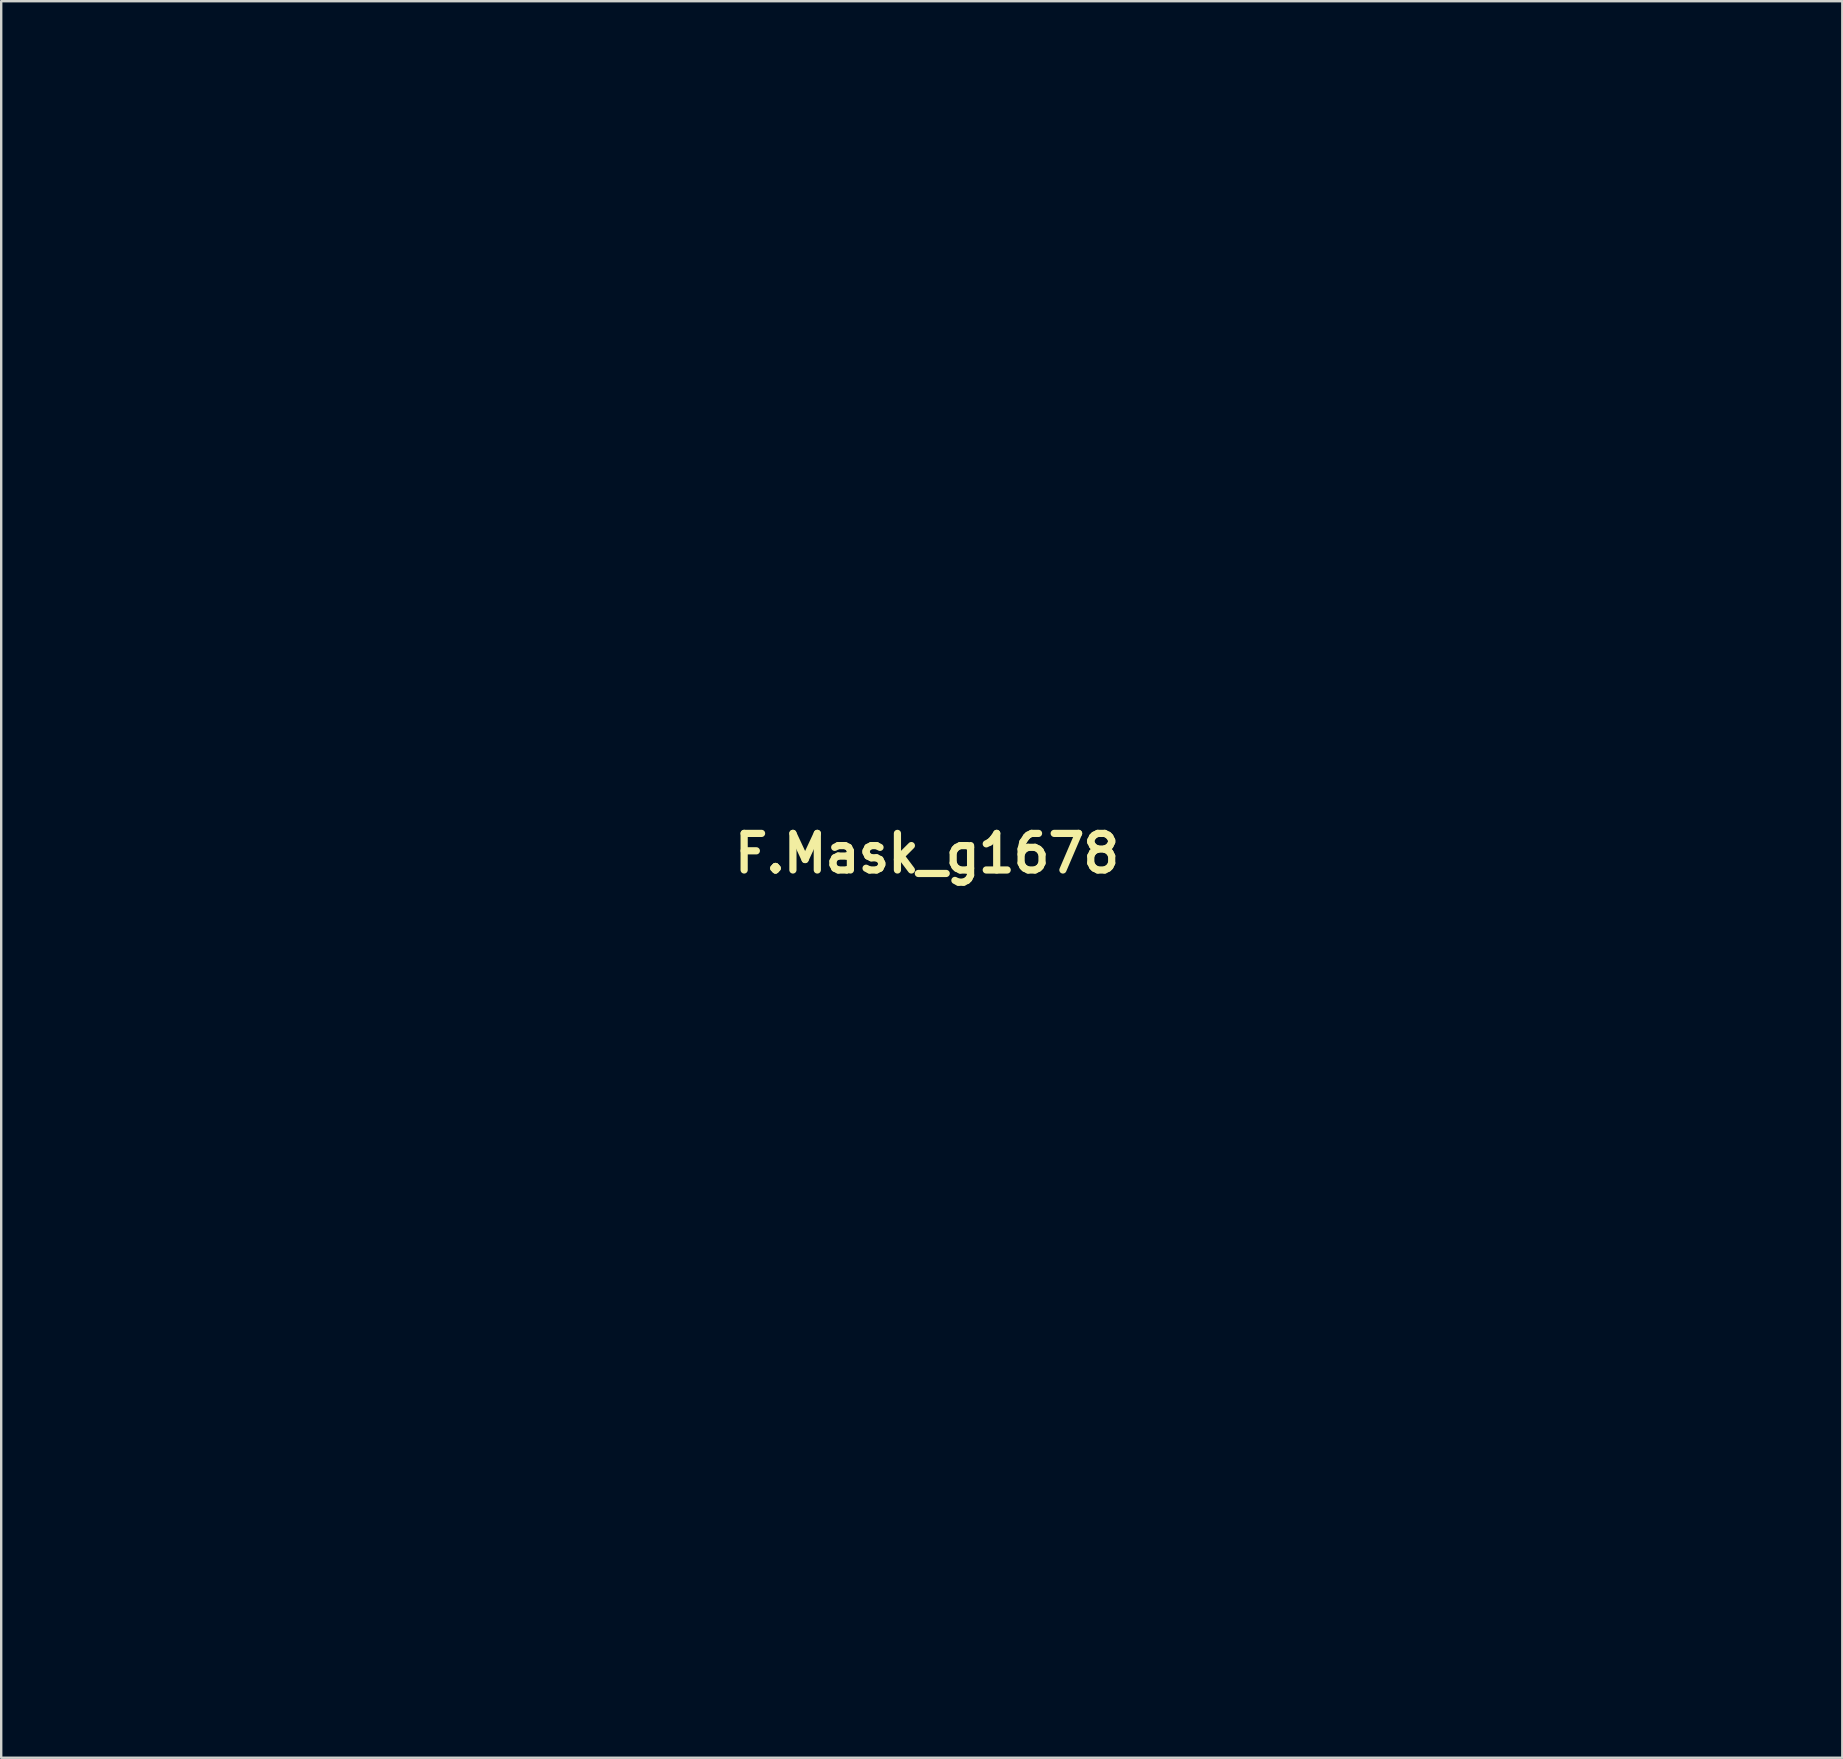
<source format=kicad_pcb>
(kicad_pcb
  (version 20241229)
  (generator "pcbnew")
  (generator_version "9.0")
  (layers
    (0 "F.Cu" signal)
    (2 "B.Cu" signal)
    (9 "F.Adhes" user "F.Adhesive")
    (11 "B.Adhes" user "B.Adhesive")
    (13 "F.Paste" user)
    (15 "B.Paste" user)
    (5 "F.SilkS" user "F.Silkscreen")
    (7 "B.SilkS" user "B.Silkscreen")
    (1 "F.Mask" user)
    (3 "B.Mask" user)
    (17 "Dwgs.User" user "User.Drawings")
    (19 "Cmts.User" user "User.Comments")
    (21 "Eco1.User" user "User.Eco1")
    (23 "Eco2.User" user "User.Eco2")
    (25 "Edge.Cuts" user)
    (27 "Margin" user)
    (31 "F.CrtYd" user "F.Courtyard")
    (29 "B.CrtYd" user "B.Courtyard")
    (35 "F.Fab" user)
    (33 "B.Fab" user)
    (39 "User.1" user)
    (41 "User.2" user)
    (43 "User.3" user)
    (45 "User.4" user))
  (footprint "F.Mask_g1678"
    (layer "F.Cu")
    (at 35.573 32.506)
    (property "Reference" "F.Mask_g1678" (at 0 0 0) (layer "F.SilkS") (effects (font (size 1.524 1.524) (thickness 0.3))))
    (attr through_hole)
    (fp_poly (pts (xy -35.05 -8.573) (xy -35.02 -8.515) (xy -34.994 -8.424) (xy -34.97 -8.305) (xy -34.949 -8.162) (xy -34.931 -7.999) (xy -34.917 -7.823) (xy -34.906 -7.636) (xy -34.9 -7.444) (xy -34.897 -7.252) (xy -34.899 -7.064) (xy -34.906 -6.884) (xy -34.918 -6.718) (xy -34.935 -6.57) (xy -34.957 -6.444) (xy -34.965 -6.409) (xy -35.045 -6.186) (xy -35.164 -5.972) (xy -35.32 -5.773) (xy -35.38 -5.71) (xy -35.455 -5.639) (xy -35.509 -5.6) (xy -35.545 -5.589) (xy -35.568 -5.606) (xy -35.567 -5.632) (xy -35.555 -5.689) (xy -35.535 -5.768) (xy -35.518 -5.828) (xy -35.47 -6.009) (xy -35.426 -6.227) (xy -35.384 -6.483) (xy -35.344 -6.778) (xy -35.306 -7.114) (xy -35.297 -7.207) (xy -35.269 -7.487) (xy -35.245 -7.728) (xy -35.223 -7.932) (xy -35.204 -8.103) (xy -35.186 -8.243) (xy -35.17 -8.354) (xy -35.155 -8.441) (xy -35.14 -8.505) (xy -35.125 -8.549) (xy -35.11 -8.577) (xy -35.094 -8.591) (xy -35.081 -8.594) (xy -35.05 -8.573)) (stroke (width 0.01) (type solid)) (fill yes) (layer "F.Mask"))
    (fp_poly (pts (xy 6.102 33.669) (xy 6.156 33.673) (xy 6.434 33.704) (xy 6.679 33.752) (xy 6.894 33.819) (xy 7.085 33.906) (xy 7.2 33.976) (xy 7.282 34.039) (xy 7.329 34.095) (xy 7.34 34.14) (xy 7.321 34.167) (xy 7.287 34.174) (xy 7.217 34.177) (xy 7.117 34.174) (xy 7.027 34.17) (xy 6.791 34.159) (xy 6.532 34.156) (xy 6.263 34.16) (xy 6.002 34.17) (xy 5.762 34.187) (xy 5.694 34.194) (xy 5.433 34.225) (xy 5.143 34.268) (xy 4.835 34.321) (xy 4.519 34.38) (xy 4.206 34.445) (xy 3.907 34.514) (xy 3.634 34.583) (xy 3.588 34.595) (xy 3.452 34.63) (xy 3.334 34.655) (xy 3.238 34.669) (xy 3.171 34.671) (xy 3.136 34.662) (xy 3.133 34.655) (xy 3.152 34.611) (xy 3.21 34.552) (xy 3.305 34.478) (xy 3.437 34.389) (xy 3.606 34.286) (xy 3.778 34.188) (xy 4.131 34.014) (xy 4.506 33.874) (xy 4.896 33.768) (xy 5.296 33.698) (xy 5.7 33.664) (xy 6.102 33.669)) (stroke (width 0.01) (type solid)) (fill yes) (layer "F.Mask"))
    (fp_poly (pts (xy 35.088 7.883) (xy 35.115 7.905) (xy 35.127 7.939) (xy 35.12 7.993) (xy 35.093 8.07) (xy 35.046 8.174) (xy 34.976 8.308) (xy 34.912 8.424) (xy 34.613 8.983) (xy 34.354 9.532) (xy 34.133 10.076) (xy 33.948 10.617) (xy 33.886 10.827) (xy 33.812 11.096) (xy 33.749 11.348) (xy 33.696 11.594) (xy 33.648 11.846) (xy 33.605 12.116) (xy 33.563 12.416) (xy 33.56 12.439) (xy 33.532 12.647) (xy 33.506 12.817) (xy 33.481 12.953) (xy 33.458 13.061) (xy 33.434 13.144) (xy 33.424 13.171) (xy 33.392 13.218) (xy 33.35 13.227) (xy 33.307 13.198) (xy 33.283 13.162) (xy 33.251 13.079) (xy 33.225 12.964) (xy 33.204 12.814) (xy 33.188 12.627) (xy 33.178 12.401) (xy 33.175 12.33) (xy 33.172 12.158) (xy 33.171 12.018) (xy 33.174 11.902) (xy 33.18 11.799) (xy 33.191 11.701) (xy 33.199 11.642) (xy 33.291 11.137) (xy 33.42 10.624) (xy 33.582 10.112) (xy 33.775 9.609) (xy 33.996 9.124) (xy 34.007 9.102) (xy 34.148 8.835) (xy 34.289 8.597) (xy 34.429 8.389) (xy 34.566 8.215) (xy 34.698 8.076) (xy 34.824 7.975) (xy 34.905 7.928) (xy 34.991 7.892) (xy 35.049 7.877) (xy 35.088 7.883)) (stroke (width 0.01) (type solid)) (fill yes) (layer "F.Mask"))
    (fp_poly (pts (xy -28.748 4.492) (xy -28.724 4.51) (xy -28.704 4.546) (xy -28.686 4.605) (xy -28.669 4.691) (xy -28.651 4.809) (xy -28.631 4.963) (xy -28.628 4.985) (xy -28.593 5.231) (xy -28.55 5.441) (xy -28.498 5.62) (xy -28.434 5.772) (xy -28.358 5.903) (xy -28.266 6.019) (xy -28.231 6.056) (xy -28.112 6.155) (xy -27.966 6.247) (xy -27.807 6.324) (xy -27.65 6.379) (xy -27.586 6.394) (xy -27.489 6.405) (xy -27.352 6.409) (xy -27.174 6.406) (xy -26.957 6.397) (xy -26.702 6.381) (xy -26.686 6.379) (xy -26.596 6.374) (xy -26.541 6.373) (xy -26.512 6.379) (xy -26.501 6.392) (xy -26.501 6.399) (xy -26.516 6.44) (xy -26.563 6.489) (xy -26.645 6.549) (xy -26.738 6.608) (xy -26.879 6.682) (xy -27.026 6.736) (xy -27.19 6.774) (xy -27.316 6.792) (xy -27.548 6.811) (xy -27.758 6.807) (xy -27.878 6.793) (xy -27.987 6.77) (xy -28.113 6.731) (xy -28.239 6.684) (xy -28.353 6.633) (xy -28.432 6.587) (xy -28.552 6.488) (xy -28.654 6.368) (xy -28.741 6.222) (xy -28.815 6.044) (xy -28.88 5.83) (xy -28.882 5.821) (xy -28.906 5.718) (xy -28.924 5.622) (xy -28.936 5.52) (xy -28.945 5.399) (xy -28.95 5.257) (xy -28.952 5.036) (xy -28.943 4.851) (xy -28.922 4.703) (xy -28.89 4.592) (xy -28.847 4.521) (xy -28.794 4.489) (xy -28.777 4.487) (xy -28.748 4.492)) (stroke (width 0.01) (type solid)) (fill yes) (layer "F.Mask"))
    (fp_poly (pts (xy -18.284 30.16) (xy -18.127 30.174) (xy -17.96 30.197) (xy -17.776 30.231) (xy -17.567 30.277) (xy -17.327 30.336) (xy -17.261 30.353) (xy -16.837 30.472) (xy -16.436 30.604) (xy -16.054 30.753) (xy -15.683 30.922) (xy -15.316 31.113) (xy -14.947 31.331) (xy -14.57 31.578) (xy -14.178 31.858) (xy -14.15 31.879) (xy -13.928 32.048) (xy -13.717 32.216) (xy -13.521 32.38) (xy -13.34 32.54) (xy -13.179 32.691) (xy -13.038 32.832) (xy -12.921 32.961) (xy -12.829 33.075) (xy -12.764 33.172) (xy -12.73 33.249) (xy -12.728 33.305) (xy -12.729 33.306) (xy -12.747 33.331) (xy -12.779 33.333) (xy -12.833 33.313) (xy -12.901 33.276) (xy -12.957 33.241) (xy -13.038 33.188) (xy -13.133 33.122) (xy -13.233 33.05) (xy -13.261 33.029) (xy -13.501 32.855) (xy -13.718 32.701) (xy -13.923 32.561) (xy -14.125 32.429) (xy -14.335 32.296) (xy -14.563 32.158) (xy -14.8 32.018) (xy -15.196 31.793) (xy -15.597 31.579) (xy -15.998 31.377) (xy -16.395 31.189) (xy -16.783 31.018) (xy -17.158 30.865) (xy -17.514 30.733) (xy -17.846 30.623) (xy -18.152 30.539) (xy -18.172 30.534) (xy -18.365 30.485) (xy -18.521 30.444) (xy -18.642 30.407) (xy -18.733 30.374) (xy -18.796 30.343) (xy -18.836 30.312) (xy -18.856 30.281) (xy -18.86 30.258) (xy -18.849 30.22) (xy -18.816 30.191) (xy -18.756 30.171) (xy -18.665 30.16) (xy -18.538 30.155) (xy -18.436 30.155) (xy -18.284 30.16)) (stroke (width 0.01) (type solid)) (fill yes) (layer "F.Mask"))
    (fp_poly (pts (xy -18.633 -32.355) (xy -18.618 -32.211) (xy -18.629 -32.067) (xy -18.666 -31.917) (xy -18.731 -31.757) (xy -18.826 -31.583) (xy -18.954 -31.39) (xy -19.028 -31.288) (xy -19.093 -31.207) (xy -19.184 -31.103) (xy -19.297 -30.981) (xy -19.425 -30.847) (xy -19.563 -30.707) (xy -19.706 -30.564) (xy -19.848 -30.426) (xy -19.985 -30.297) (xy -20.11 -30.182) (xy -20.219 -30.088) (xy -20.235 -30.074) (xy -20.592 -29.791) (xy -20.952 -29.528) (xy -21.312 -29.286) (xy -21.669 -29.067) (xy -22.017 -28.874) (xy -22.355 -28.708) (xy -22.677 -28.573) (xy -22.98 -28.469) (xy -23.071 -28.444) (xy -23.161 -28.425) (xy -23.267 -28.409) (xy -23.382 -28.397) (xy -23.496 -28.39) (xy -23.6 -28.387) (xy -23.686 -28.39) (xy -23.744 -28.398) (xy -23.765 -28.408) (xy -23.79 -28.458) (xy -23.774 -28.51) (xy -23.733 -28.549) (xy -23.694 -28.572) (xy -23.625 -28.609) (xy -23.534 -28.656) (xy -23.429 -28.708) (xy -23.367 -28.738) (xy -23.164 -28.838) (xy -22.975 -28.937) (xy -22.789 -29.042) (xy -22.598 -29.157) (xy -22.391 -29.288) (xy -22.204 -29.411) (xy -21.918 -29.605) (xy -21.628 -29.807) (xy -21.337 -30.017) (xy -21.049 -30.231) (xy -20.764 -30.447) (xy -20.488 -30.663) (xy -20.221 -30.877) (xy -19.967 -31.086) (xy -19.729 -31.289) (xy -19.509 -31.482) (xy -19.31 -31.664) (xy -19.135 -31.832) (xy -18.987 -31.984) (xy -18.868 -32.118) (xy -18.781 -32.231) (xy -18.767 -32.252) (xy -18.727 -32.325) (xy -18.693 -32.403) (xy -18.688 -32.417) (xy -18.661 -32.501) (xy -18.633 -32.355)) (stroke (width 0.01) (type solid)) (fill yes) (layer "F.Mask"))
    (fp_poly (pts (xy 20.742 -31.149) (xy 20.832 -31.097) (xy 20.861 -31.077) (xy 20.929 -31.03) (xy 21.008 -30.973) (xy 21.102 -30.903) (xy 21.213 -30.821) (xy 21.342 -30.724) (xy 21.491 -30.61) (xy 21.663 -30.479) (xy 21.859 -30.328) (xy 22.082 -30.156) (xy 22.333 -29.961) (xy 22.615 -29.743) (xy 22.701 -29.676) (xy 23.09 -29.374) (xy 23.448 -29.098) (xy 23.776 -28.844) (xy 24.077 -28.613) (xy 24.354 -28.402) (xy 24.606 -28.21) (xy 24.838 -28.035) (xy 25.051 -27.877) (xy 25.246 -27.733) (xy 25.426 -27.602) (xy 25.593 -27.482) (xy 25.748 -27.373) (xy 25.894 -27.272) (xy 26.033 -27.178) (xy 26.167 -27.09) (xy 26.298 -27.007) (xy 26.395 -26.946) (xy 26.532 -26.86) (xy 26.636 -26.793) (xy 26.712 -26.741) (xy 26.765 -26.702) (xy 26.797 -26.672) (xy 26.813 -26.648) (xy 26.818 -26.628) (xy 26.818 -26.627) (xy 26.8 -26.59) (xy 26.76 -26.567) (xy 26.737 -26.567) (xy 26.71 -26.571) (xy 26.654 -26.579) (xy 26.6 -26.587) (xy 26.477 -26.613) (xy 26.324 -26.657) (xy 26.147 -26.716) (xy 25.951 -26.789) (xy 25.744 -26.873) (xy 25.532 -26.966) (xy 25.321 -27.063) (xy 25.117 -27.165) (xy 24.966 -27.245) (xy 24.562 -27.478) (xy 24.15 -27.74) (xy 23.736 -28.026) (xy 23.324 -28.332) (xy 22.919 -28.653) (xy 22.528 -28.985) (xy 22.153 -29.324) (xy 21.802 -29.666) (xy 21.478 -30.006) (xy 21.188 -30.341) (xy 21.056 -30.505) (xy 20.955 -30.636) (xy 20.862 -30.762) (xy 20.779 -30.879) (xy 20.709 -30.98) (xy 20.657 -31.062) (xy 20.625 -31.119) (xy 20.616 -31.144) (xy 20.631 -31.174) (xy 20.674 -31.175) (xy 20.742 -31.149)) (stroke (width 0.01) (type solid)) (fill yes) (layer "F.Mask"))
    (fp_poly (pts (xy -1.02 20.499) (xy -0.983 20.528) (xy -0.943 20.587) (xy -0.903 20.664) (xy -0.872 20.748) (xy -0.853 20.828) (xy -0.852 20.832) (xy -0.834 20.913) (xy -0.805 20.994) (xy -0.8 21.005) (xy -0.74 21.095) (xy -0.647 21.198) (xy -0.528 21.308) (xy -0.388 21.42) (xy -0.234 21.53) (xy -0.071 21.632) (xy 0.09 21.72) (xy 0.35 21.834) (xy 0.598 21.91) (xy 0.838 21.946) (xy 1.072 21.943) (xy 1.303 21.901) (xy 1.536 21.821) (xy 1.601 21.792) (xy 1.791 21.693) (xy 1.961 21.584) (xy 2.119 21.458) (xy 2.272 21.308) (xy 2.426 21.129) (xy 2.544 20.976) (xy 2.646 20.842) (xy 2.729 20.74) (xy 2.795 20.668) (xy 2.848 20.623) (xy 2.892 20.601) (xy 2.923 20.599) (xy 2.963 20.624) (xy 2.987 20.683) (xy 2.997 20.769) (xy 2.991 20.877) (xy 2.97 20.999) (xy 2.935 21.131) (xy 2.909 21.204) (xy 2.787 21.471) (xy 2.628 21.721) (xy 2.437 21.951) (xy 2.219 22.156) (xy 1.977 22.333) (xy 1.715 22.478) (xy 1.438 22.587) (xy 1.376 22.606) (xy 1.269 22.628) (xy 1.133 22.646) (xy 0.982 22.657) (xy 0.829 22.663) (xy 0.688 22.66) (xy 0.573 22.65) (xy 0.552 22.647) (xy 0.449 22.621) (xy 0.322 22.578) (xy 0.185 22.524) (xy 0.051 22.463) (xy -0.067 22.4) (xy -0.085 22.39) (xy -0.327 22.221) (xy -0.543 22.022) (xy -0.73 21.797) (xy -0.883 21.55) (xy -1 21.286) (xy -1.019 21.23) (xy -1.052 21.12) (xy -1.073 21.022) (xy -1.086 20.917) (xy -1.094 20.789) (xy -1.094 20.786) (xy -1.097 20.663) (xy -1.094 20.578) (xy -1.084 20.525) (xy -1.065 20.499) (xy -1.037 20.495) (xy -1.02 20.499)) (stroke (width 0.01) (type solid)) (fill yes) (layer "F.Mask"))
    (fp_poly (pts (xy 24.023 -12.654) (xy 24.169 -12.647) (xy 24.291 -12.632) (xy 24.399 -12.61) (xy 24.5 -12.577) (xy 24.605 -12.533) (xy 24.632 -12.521) (xy 24.814 -12.426) (xy 24.972 -12.323) (xy 25.119 -12.203) (xy 25.268 -12.056) (xy 25.402 -11.904) (xy 25.523 -11.744) (xy 25.636 -11.568) (xy 25.747 -11.365) (xy 25.821 -11.216) (xy 25.969 -10.882) (xy 26.105 -10.518) (xy 26.231 -10.122) (xy 26.347 -9.69) (xy 26.404 -9.45) (xy 26.488 -9.053) (xy 26.548 -8.691) (xy 26.586 -8.364) (xy 26.601 -8.07) (xy 26.593 -7.809) (xy 26.562 -7.58) (xy 26.509 -7.383) (xy 26.444 -7.236) (xy 26.369 -7.126) (xy 26.261 -7.007) (xy 26.128 -6.884) (xy 25.977 -6.763) (xy 25.816 -6.649) (xy 25.652 -6.548) (xy 25.492 -6.464) (xy 25.344 -6.404) (xy 25.268 -6.382) (xy 25.143 -6.362) (xy 24.996 -6.354) (xy 24.845 -6.357) (xy 24.707 -6.371) (xy 24.659 -6.38) (xy 24.348 -6.47) (xy 24.048 -6.599) (xy 23.762 -6.763) (xy 23.496 -6.959) (xy 23.252 -7.183) (xy 23.037 -7.433) (xy 22.852 -7.705) (xy 22.736 -7.923) (xy 22.658 -8.109) (xy 22.581 -8.331) (xy 22.507 -8.584) (xy 22.437 -8.862) (xy 22.371 -9.158) (xy 22.311 -9.467) (xy 22.259 -9.784) (xy 22.215 -10.101) (xy 22.181 -10.414) (xy 22.157 -10.716) (xy 22.148 -10.89) (xy 22.143 -11.058) (xy 22.145 -11.193) (xy 22.154 -11.307) (xy 22.173 -11.409) (xy 22.202 -11.509) (xy 22.244 -11.617) (xy 22.268 -11.673) (xy 22.374 -11.894) (xy 22.484 -12.078) (xy 22.601 -12.23) (xy 22.73 -12.355) (xy 22.876 -12.458) (xy 22.998 -12.523) (xy 23.102 -12.569) (xy 23.207 -12.603) (xy 23.321 -12.628) (xy 23.451 -12.644) (xy 23.606 -12.654) (xy 23.792 -12.657) (xy 23.844 -12.657) (xy 24.023 -12.654)) (stroke (width 0.01) (type solid)) (fill yes) (layer "F.Mask"))
    (fp_poly (pts (xy 30.786 -2.45) (xy 30.835 -2.42) (xy 30.907 -2.368) (xy 31.004 -2.292) (xy 31.101 -2.215) (xy 31.258 -2.073) (xy 31.39 -1.924) (xy 31.499 -1.759) (xy 31.591 -1.572) (xy 31.669 -1.356) (xy 31.72 -1.175) (xy 31.744 -1.077) (xy 31.761 -0.994) (xy 31.772 -0.913) (xy 31.778 -0.822) (xy 31.78 -0.71) (xy 31.78 -0.614) (xy 31.779 -0.462) (xy 31.771 -0.341) (xy 31.755 -0.241) (xy 31.727 -0.151) (xy 31.684 -0.059) (xy 31.623 0.044) (xy 31.561 0.14) (xy 31.389 0.377) (xy 31.217 0.573) (xy 31.044 0.729) (xy 30.868 0.845) (xy 30.689 0.923) (xy 30.575 0.952) (xy 30.515 0.96) (xy 30.421 0.967) (xy 30.301 0.974) (xy 30.164 0.979) (xy 30.017 0.983) (xy 29.868 0.986) (xy 29.724 0.987) (xy 29.594 0.987) (xy 29.485 0.985) (xy 29.404 0.981) (xy 29.369 0.976) (xy 29.273 0.949) (xy 29.188 0.908) (xy 29.129 0.861) (xy 29.127 0.859) (xy 29.107 0.819) (xy 29.118 0.782) (xy 29.161 0.748) (xy 29.239 0.714) (xy 29.354 0.68) (xy 29.507 0.646) (xy 29.67 0.615) (xy 29.87 0.577) (xy 30.035 0.538) (xy 30.172 0.498) (xy 30.287 0.454) (xy 30.387 0.403) (xy 30.401 0.396) (xy 30.532 0.302) (xy 30.668 0.176) (xy 30.803 0.026) (xy 30.93 -0.14) (xy 31.042 -0.314) (xy 31.135 -0.487) (xy 31.201 -0.651) (xy 31.208 -0.676) (xy 31.232 -0.797) (xy 31.242 -0.944) (xy 31.238 -1.102) (xy 31.221 -1.257) (xy 31.199 -1.367) (xy 31.171 -1.456) (xy 31.124 -1.576) (xy 31.06 -1.722) (xy 30.982 -1.89) (xy 30.945 -1.966) (xy 30.884 -2.091) (xy 30.83 -2.205) (xy 30.786 -2.301) (xy 30.754 -2.373) (xy 30.736 -2.417) (xy 30.734 -2.426) (xy 30.739 -2.451) (xy 30.755 -2.459) (xy 30.786 -2.45)) (stroke (width 0.01) (type solid)) (fill yes) (layer "F.Mask"))
    (fp_poly (pts (xy -24.105 -6.759) (xy -23.991 -6.729) (xy -23.86 -6.667) (xy -23.713 -6.576) (xy -23.556 -6.462) (xy -23.397 -6.33) (xy -23.243 -6.186) (xy -23.101 -6.036) (xy -22.983 -5.894) (xy -22.868 -5.731) (xy -22.761 -5.556) (xy -22.665 -5.376) (xy -22.587 -5.204) (xy -22.531 -5.048) (xy -22.516 -4.993) (xy -22.508 -4.935) (xy -22.502 -4.842) (xy -22.497 -4.719) (xy -22.493 -4.574) (xy -22.492 -4.412) (xy -22.491 -4.241) (xy -22.492 -4.067) (xy -22.495 -3.896) (xy -22.499 -3.735) (xy -22.505 -3.591) (xy -22.512 -3.47) (xy -22.519 -3.397) (xy -22.546 -3.172) (xy -22.578 -2.956) (xy -22.617 -2.743) (xy -22.665 -2.521) (xy -22.723 -2.282) (xy -22.794 -2.017) (xy -22.83 -1.889) (xy -22.886 -1.696) (xy -22.936 -1.538) (xy -22.983 -1.407) (xy -23.031 -1.297) (xy -23.081 -1.201) (xy -23.136 -1.112) (xy -23.165 -1.071) (xy -23.231 -0.987) (xy -23.317 -0.891) (xy -23.416 -0.79) (xy -23.521 -0.691) (xy -23.623 -0.599) (xy -23.717 -0.524) (xy -23.793 -0.471) (xy -23.818 -0.457) (xy -23.94 -0.413) (xy -24.094 -0.382) (xy -24.273 -0.366) (xy -24.469 -0.364) (xy -24.673 -0.378) (xy -24.703 -0.382) (xy -24.918 -0.418) (xy -25.111 -0.478) (xy -25.293 -0.565) (xy -25.476 -0.685) (xy -25.563 -0.751) (xy -25.755 -0.919) (xy -25.92 -1.097) (xy -26.06 -1.287) (xy -26.176 -1.493) (xy -26.268 -1.718) (xy -26.339 -1.966) (xy -26.39 -2.241) (xy -26.421 -2.545) (xy -26.433 -2.882) (xy -26.431 -3.205) (xy -26.417 -3.522) (xy -26.392 -3.851) (xy -26.358 -4.183) (xy -26.315 -4.506) (xy -26.266 -4.811) (xy -26.21 -5.087) (xy -26.193 -5.161) (xy -26.108 -5.469) (xy -26.009 -5.738) (xy -25.894 -5.971) (xy -25.76 -6.17) (xy -25.606 -6.336) (xy -25.429 -6.473) (xy -25.227 -6.582) (xy -24.999 -6.666) (xy -24.742 -6.726) (xy -24.649 -6.742) (xy -24.434 -6.767) (xy -24.254 -6.772) (xy -24.105 -6.759)) (stroke (width 0.01) (type solid)) (fill yes) (layer "F.Mask"))
    (fp_poly (pts (xy -11.35 -28.04) (xy -11.138 -28.026) (xy -10.961 -28) (xy -10.81 -27.96) (xy -10.678 -27.903) (xy -10.557 -27.826) (xy -10.441 -27.726) (xy -10.408 -27.693) (xy -10.232 -27.497) (xy -10.078 -27.292) (xy -9.952 -27.083) (xy -9.855 -26.877) (xy -9.792 -26.679) (xy -9.768 -26.542) (xy -9.766 -26.347) (xy -9.797 -26.134) (xy -9.857 -25.909) (xy -9.945 -25.679) (xy -10.057 -25.447) (xy -10.191 -25.222) (xy -10.345 -25.008) (xy -10.516 -24.812) (xy -10.528 -24.799) (xy -10.755 -24.589) (xy -10.998 -24.409) (xy -11.264 -24.256) (xy -11.556 -24.127) (xy -11.879 -24.02) (xy -12.019 -23.983) (xy -12.249 -23.929) (xy -12.497 -23.878) (xy -12.757 -23.831) (xy -13.023 -23.787) (xy -13.29 -23.748) (xy -13.553 -23.715) (xy -13.806 -23.688) (xy -14.044 -23.668) (xy -14.262 -23.654) (xy -14.455 -23.649) (xy -14.616 -23.652) (xy -14.732 -23.663) (xy -14.814 -23.679) (xy -14.892 -23.7) (xy -14.977 -23.731) (xy -15.078 -23.775) (xy -15.205 -23.837) (xy -15.219 -23.844) (xy -15.413 -23.949) (xy -15.572 -24.052) (xy -15.701 -24.16) (xy -15.807 -24.278) (xy -15.895 -24.414) (xy -15.973 -24.573) (xy -15.996 -24.63) (xy -16.015 -24.677) (xy -16.028 -24.718) (xy -16.039 -24.761) (xy -16.046 -24.811) (xy -16.05 -24.875) (xy -16.053 -24.959) (xy -16.054 -25.07) (xy -16.055 -25.215) (xy -16.055 -25.284) (xy -16.054 -25.445) (xy -16.054 -25.571) (xy -16.051 -25.668) (xy -16.047 -25.743) (xy -16.041 -25.802) (xy -16.032 -25.852) (xy -16.019 -25.899) (xy -16.005 -25.945) (xy -15.905 -26.184) (xy -15.765 -26.414) (xy -15.589 -26.632) (xy -15.377 -26.836) (xy -15.134 -27.022) (xy -15.074 -27.061) (xy -14.852 -27.19) (xy -14.593 -27.317) (xy -14.298 -27.44) (xy -13.973 -27.557) (xy -13.621 -27.668) (xy -13.245 -27.77) (xy -13.166 -27.79) (xy -12.81 -27.873) (xy -12.487 -27.939) (xy -12.193 -27.988) (xy -11.922 -28.021) (xy -11.669 -28.039) (xy -11.43 -28.042) (xy -11.35 -28.04)) (stroke (width 0.01) (type solid)) (fill yes) (layer "F.Mask"))
    (fp_poly (pts (xy 15.035 -25.183) (xy 15.292 -25.128) (xy 15.553 -25.04) (xy 15.819 -24.916) (xy 16.092 -24.756) (xy 16.374 -24.559) (xy 16.666 -24.325) (xy 16.971 -24.052) (xy 17.089 -23.939) (xy 17.37 -23.658) (xy 17.63 -23.381) (xy 17.868 -23.11) (xy 18.08 -22.848) (xy 18.265 -22.597) (xy 18.421 -22.361) (xy 18.545 -22.142) (xy 18.637 -21.943) (xy 18.649 -21.911) (xy 18.686 -21.799) (xy 18.71 -21.697) (xy 18.723 -21.585) (xy 18.727 -21.516) (xy 18.731 -21.419) (xy 18.73 -21.346) (xy 18.722 -21.281) (xy 18.704 -21.209) (xy 18.675 -21.118) (xy 18.662 -21.079) (xy 18.581 -20.862) (xy 18.488 -20.656) (xy 18.386 -20.47) (xy 18.28 -20.31) (xy 18.175 -20.184) (xy 18.169 -20.179) (xy 18.01 -20.046) (xy 17.823 -19.937) (xy 17.604 -19.852) (xy 17.352 -19.79) (xy 17.303 -19.781) (xy 17.178 -19.765) (xy 17.024 -19.755) (xy 16.853 -19.751) (xy 16.679 -19.753) (xy 16.514 -19.76) (xy 16.371 -19.773) (xy 16.309 -19.782) (xy 15.978 -19.862) (xy 15.658 -19.983) (xy 15.352 -20.143) (xy 15.06 -20.342) (xy 14.899 -20.475) (xy 14.753 -20.611) (xy 14.589 -20.779) (xy 14.414 -20.971) (xy 14.231 -21.182) (xy 14.045 -21.406) (xy 13.86 -21.638) (xy 13.682 -21.871) (xy 13.515 -22.1) (xy 13.363 -22.319) (xy 13.231 -22.521) (xy 13.124 -22.703) (xy 13.107 -22.733) (xy 13.048 -22.85) (xy 13.004 -22.957) (xy 12.971 -23.063) (xy 12.95 -23.178) (xy 12.937 -23.31) (xy 12.931 -23.469) (xy 12.93 -23.596) (xy 12.933 -23.777) (xy 12.947 -23.926) (xy 12.975 -24.055) (xy 13.019 -24.175) (xy 13.083 -24.295) (xy 13.169 -24.427) (xy 13.18 -24.442) (xy 13.241 -24.521) (xy 13.311 -24.593) (xy 13.396 -24.663) (xy 13.503 -24.738) (xy 13.638 -24.821) (xy 13.721 -24.869) (xy 13.883 -24.961) (xy 14.017 -25.032) (xy 14.128 -25.087) (xy 14.226 -25.127) (xy 14.316 -25.155) (xy 14.405 -25.175) (xy 14.501 -25.189) (xy 14.525 -25.192) (xy 14.78 -25.203) (xy 15.035 -25.183)) (stroke (width 0.01) (type solid)) (fill yes) (layer "F.Mask"))
    (fp_poly (pts (xy 20.699 12.373) (xy 20.734 12.409) (xy 20.787 12.484) (xy 20.846 12.592) (xy 20.91 12.725) (xy 20.975 12.876) (xy 21.037 13.036) (xy 21.094 13.197) (xy 21.143 13.352) (xy 21.18 13.492) (xy 21.191 13.547) (xy 21.201 13.618) (xy 21.209 13.722) (xy 21.214 13.845) (xy 21.217 13.979) (xy 21.217 14.034) (xy 21.216 14.174) (xy 21.213 14.282) (xy 21.207 14.367) (xy 21.196 14.439) (xy 21.181 14.509) (xy 21.169 14.552) (xy 21.074 14.821) (xy 20.941 15.082) (xy 20.778 15.331) (xy 20.588 15.562) (xy 20.375 15.769) (xy 20.145 15.948) (xy 19.902 16.091) (xy 19.828 16.127) (xy 19.557 16.231) (xy 19.279 16.305) (xy 19.001 16.347) (xy 18.731 16.358) (xy 18.475 16.335) (xy 18.394 16.32) (xy 18.09 16.236) (xy 17.8 16.116) (xy 17.517 15.958) (xy 17.479 15.933) (xy 17.392 15.873) (xy 17.281 15.793) (xy 17.157 15.698) (xy 17.027 15.597) (xy 16.9 15.497) (xy 16.786 15.403) (xy 16.694 15.324) (xy 16.664 15.297) (xy 16.608 15.238) (xy 16.578 15.192) (xy 16.575 15.163) (xy 16.595 15.155) (xy 16.62 15.162) (xy 16.679 15.181) (xy 16.766 15.211) (xy 16.875 15.248) (xy 17 15.292) (xy 17.066 15.316) (xy 17.21 15.366) (xy 17.356 15.415) (xy 17.493 15.459) (xy 17.611 15.495) (xy 17.701 15.521) (xy 17.718 15.525) (xy 18.036 15.587) (xy 18.336 15.612) (xy 18.622 15.601) (xy 18.9 15.552) (xy 19.175 15.466) (xy 19.399 15.367) (xy 19.676 15.208) (xy 19.923 15.02) (xy 20.138 14.803) (xy 20.321 14.56) (xy 20.471 14.292) (xy 20.586 13.999) (xy 20.629 13.849) (xy 20.659 13.72) (xy 20.68 13.606) (xy 20.692 13.498) (xy 20.694 13.386) (xy 20.687 13.263) (xy 20.671 13.118) (xy 20.646 12.944) (xy 20.637 12.888) (xy 20.617 12.752) (xy 20.6 12.628) (xy 20.588 12.523) (xy 20.582 12.445) (xy 20.581 12.4) (xy 20.582 12.396) (xy 20.607 12.351) (xy 20.647 12.343) (xy 20.699 12.373)) (stroke (width 0.01) (type solid)) (fill yes) (layer "F.Mask"))
    (fp_poly (pts (xy 0.336 10.936) (xy 0.505 10.94) (xy 0.665 10.949) (xy 0.825 10.964) (xy 0.997 10.985) (xy 1.19 11.013) (xy 1.414 11.05) (xy 1.592 11.082) (xy 1.786 11.121) (xy 1.991 11.164) (xy 2.2 11.212) (xy 2.407 11.262) (xy 2.608 11.313) (xy 2.796 11.363) (xy 2.966 11.411) (xy 3.113 11.456) (xy 3.229 11.496) (xy 3.311 11.53) (xy 3.319 11.534) (xy 3.425 11.599) (xy 3.549 11.692) (xy 3.681 11.807) (xy 3.815 11.936) (xy 3.943 12.073) (xy 4.026 12.171) (xy 4.141 12.347) (xy 4.224 12.544) (xy 4.273 12.76) (xy 4.29 12.989) (xy 4.275 13.228) (xy 4.228 13.473) (xy 4.15 13.719) (xy 4.039 13.962) (xy 3.898 14.198) (xy 3.897 14.2) (xy 3.727 14.417) (xy 3.533 14.606) (xy 3.313 14.766) (xy 3.064 14.9) (xy 2.785 15.009) (xy 2.474 15.092) (xy 2.159 15.147) (xy 2.074 15.156) (xy 1.956 15.165) (xy 1.814 15.172) (xy 1.656 15.179) (xy 1.491 15.184) (xy 1.329 15.188) (xy 1.176 15.19) (xy 1.044 15.19) (xy 0.938 15.188) (xy 0.889 15.185) (xy 0.833 15.181) (xy 0.745 15.174) (xy 0.637 15.166) (xy 0.52 15.157) (xy 0.487 15.154) (xy 0.13 15.122) (xy -0.216 15.078) (xy -0.548 15.025) (xy -0.859 14.962) (xy -1.144 14.892) (xy -1.398 14.814) (xy -1.611 14.733) (xy -1.777 14.653) (xy -1.932 14.561) (xy -2.066 14.463) (xy -2.17 14.367) (xy -2.18 14.355) (xy -2.262 14.242) (xy -2.343 14.096) (xy -2.42 13.927) (xy -2.489 13.743) (xy -2.547 13.554) (xy -2.59 13.37) (xy -2.615 13.2) (xy -2.618 13.164) (xy -2.617 12.998) (xy -2.594 12.816) (xy -2.553 12.636) (xy -2.498 12.475) (xy -2.479 12.433) (xy -2.39 12.278) (xy -2.271 12.112) (xy -2.128 11.941) (xy -1.969 11.775) (xy -1.801 11.62) (xy -1.63 11.485) (xy -1.61 11.471) (xy -1.31 11.282) (xy -1 11.134) (xy -0.674 11.024) (xy -0.503 10.982) (xy -0.417 10.966) (xy -0.335 10.953) (xy -0.246 10.945) (xy -0.143 10.939) (xy -0.016 10.936) (xy 0.144 10.935) (xy 0.148 10.935) (xy 0.336 10.936)) (stroke (width 0.01) (type solid)) (fill yes) (layer "F.Mask"))
    (fp_poly (pts (xy -17.27 13.148) (xy -17.257 13.189) (xy -17.252 13.264) (xy -17.255 13.374) (xy -17.265 13.521) (xy -17.282 13.708) (xy -17.295 13.832) (xy -17.324 14.167) (xy -17.33 14.47) (xy -17.313 14.751) (xy -17.272 15.014) (xy -17.206 15.267) (xy -17.114 15.516) (xy -17.004 15.75) (xy -16.844 16.021) (xy -16.647 16.285) (xy -16.421 16.536) (xy -16.172 16.768) (xy -15.906 16.975) (xy -15.706 17.104) (xy -15.398 17.263) (xy -15.079 17.382) (xy -14.751 17.46) (xy -14.415 17.497) (xy -14.074 17.494) (xy -13.729 17.45) (xy -13.383 17.365) (xy -13.113 17.27) (xy -13.029 17.235) (xy -12.944 17.198) (xy -12.854 17.154) (xy -12.753 17.102) (xy -12.635 17.038) (xy -12.495 16.96) (xy -12.328 16.864) (xy -12.214 16.798) (xy -12.088 16.728) (xy -11.991 16.683) (xy -11.921 16.662) (xy -11.875 16.664) (xy -11.848 16.687) (xy -11.843 16.699) (xy -11.845 16.744) (xy -11.864 16.815) (xy -11.898 16.901) (xy -11.941 16.991) (xy -11.99 17.075) (xy -12 17.09) (xy -12.115 17.236) (xy -12.263 17.392) (xy -12.437 17.553) (xy -12.633 17.714) (xy -12.842 17.87) (xy -13.06 18.016) (xy -13.279 18.147) (xy -13.473 18.248) (xy -13.627 18.32) (xy -13.758 18.371) (xy -13.878 18.407) (xy -14 18.43) (xy -14.135 18.444) (xy -14.203 18.448) (xy -14.313 18.453) (xy -14.423 18.458) (xy -14.516 18.463) (xy -14.552 18.464) (xy -14.626 18.466) (xy -14.727 18.464) (xy -14.842 18.461) (xy -14.933 18.457) (xy -15.296 18.416) (xy -15.647 18.335) (xy -15.984 18.214) (xy -16.306 18.053) (xy -16.612 17.855) (xy -16.683 17.801) (xy -16.983 17.55) (xy -17.243 17.295) (xy -17.465 17.032) (xy -17.65 16.761) (xy -17.801 16.477) (xy -17.919 16.178) (xy -17.965 16.027) (xy -17.983 15.956) (xy -17.998 15.894) (xy -18.008 15.833) (xy -18.015 15.764) (xy -18.019 15.681) (xy -18.021 15.574) (xy -18.021 15.436) (xy -18.022 15.367) (xy -18.02 15.18) (xy -18.015 15.021) (xy -18.003 14.879) (xy -17.985 14.746) (xy -17.957 14.611) (xy -17.918 14.464) (xy -17.867 14.296) (xy -17.813 14.129) (xy -17.735 13.904) (xy -17.659 13.703) (xy -17.585 13.529) (xy -17.516 13.383) (xy -17.451 13.267) (xy -17.393 13.184) (xy -17.342 13.136) (xy -17.3 13.124) (xy -17.27 13.148)) (stroke (width 0.01) (type solid)) (fill yes) (layer "F.Mask"))
    (fp_poly (pts (xy 33.93 -7.078) (xy 33.938 -7.07) (xy 33.957 -7.033) (xy 33.981 -6.958) (xy 34.009 -6.851) (xy 34.039 -6.714) (xy 34.073 -6.554) (xy 34.107 -6.373) (xy 34.142 -6.177) (xy 34.177 -5.97) (xy 34.211 -5.756) (xy 34.244 -5.54) (xy 34.273 -5.326) (xy 34.277 -5.292) (xy 34.323 -4.92) (xy 34.362 -4.554) (xy 34.395 -4.19) (xy 34.422 -3.821) (xy 34.444 -3.442) (xy 34.46 -3.046) (xy 34.472 -2.627) (xy 34.479 -2.18) (xy 34.482 -1.699) (xy 34.482 -1.524) (xy 34.48 -1.019) (xy 34.475 -0.551) (xy 34.466 -0.113) (xy 34.453 0.301) (xy 34.435 0.696) (xy 34.411 1.078) (xy 34.382 1.454) (xy 34.347 1.829) (xy 34.305 2.21) (xy 34.256 2.602) (xy 34.2 3.011) (xy 34.136 3.443) (xy 34.07 3.863) (xy 34.028 4.128) (xy 33.994 4.359) (xy 33.966 4.563) (xy 33.944 4.747) (xy 33.926 4.918) (xy 33.913 5.083) (xy 33.903 5.249) (xy 33.897 5.408) (xy 33.892 5.56) (xy 33.891 5.678) (xy 33.894 5.772) (xy 33.901 5.849) (xy 33.912 5.92) (xy 33.917 5.948) (xy 33.942 6.081) (xy 33.951 6.177) (xy 33.945 6.238) (xy 33.922 6.264) (xy 33.912 6.265) (xy 33.87 6.254) (xy 33.815 6.226) (xy 33.802 6.217) (xy 33.711 6.134) (xy 33.64 6.023) (xy 33.611 5.95) (xy 33.602 5.903) (xy 33.593 5.822) (xy 33.585 5.718) (xy 33.579 5.6) (xy 33.577 5.535) (xy 33.575 5.453) (xy 33.574 5.371) (xy 33.575 5.288) (xy 33.578 5.199) (xy 33.583 5.101) (xy 33.591 4.991) (xy 33.602 4.866) (xy 33.616 4.723) (xy 33.633 4.558) (xy 33.655 4.368) (xy 33.68 4.15) (xy 33.71 3.9) (xy 33.744 3.615) (xy 33.784 3.292) (xy 33.792 3.226) (xy 33.852 2.731) (xy 33.905 2.273) (xy 33.952 1.848) (xy 33.993 1.452) (xy 34.028 1.08) (xy 34.058 0.728) (xy 34.083 0.393) (xy 34.102 0.069) (xy 34.118 -0.249) (xy 34.129 -0.563) (xy 34.135 -0.879) (xy 34.139 -1.2) (xy 34.138 -1.532) (xy 34.135 -1.878) (xy 34.135 -1.894) (xy 34.131 -2.154) (xy 34.126 -2.397) (xy 34.12 -2.628) (xy 34.113 -2.852) (xy 34.104 -3.075) (xy 34.093 -3.301) (xy 34.081 -3.535) (xy 34.066 -3.782) (xy 34.048 -4.047) (xy 34.028 -4.335) (xy 34.004 -4.651) (xy 33.978 -5) (xy 33.951 -5.334) (xy 33.932 -5.588) (xy 33.915 -5.833) (xy 33.901 -6.066) (xy 33.889 -6.284) (xy 33.88 -6.483) (xy 33.874 -6.659) (xy 33.871 -6.809) (xy 33.871 -6.928) (xy 33.875 -7.014) (xy 33.882 -7.062) (xy 33.886 -7.07) (xy 33.907 -7.091) (xy 33.93 -7.078)) (stroke (width 0.01) (type solid)) (fill yes) (layer "F.Mask"))
    (fp_poly (pts (xy 30.051 15.374) (xy 30.064 15.398) (xy 30.052 15.446) (xy 30.016 15.522) (xy 30.014 15.526) (xy 29.96 15.62) (xy 29.88 15.745) (xy 29.778 15.899) (xy 29.653 16.078) (xy 29.509 16.281) (xy 29.347 16.506) (xy 29.168 16.75) (xy 28.974 17.011) (xy 28.768 17.287) (xy 28.55 17.576) (xy 28.323 17.875) (xy 28.088 18.182) (xy 27.847 18.495) (xy 27.601 18.812) (xy 27.353 19.13) (xy 27.105 19.448) (xy 26.857 19.762) (xy 26.611 20.071) (xy 26.37 20.372) (xy 26.135 20.664) (xy 25.908 20.944) (xy 25.69 21.209) (xy 25.483 21.458) (xy 25.29 21.688) (xy 25.111 21.897) (xy 25.01 22.013) (xy 24.829 22.214) (xy 24.627 22.429) (xy 24.41 22.651) (xy 24.185 22.875) (xy 23.96 23.092) (xy 23.739 23.298) (xy 23.53 23.485) (xy 23.34 23.647) (xy 23.302 23.678) (xy 23.122 23.823) (xy 22.914 23.988) (xy 22.682 24.168) (xy 22.434 24.36) (xy 22.175 24.559) (xy 21.91 24.761) (xy 21.646 24.96) (xy 21.388 25.154) (xy 21.142 25.336) (xy 20.914 25.503) (xy 20.891 25.521) (xy 20.497 25.802) (xy 20.085 26.086) (xy 19.664 26.37) (xy 19.238 26.647) (xy 18.814 26.915) (xy 18.4 27.169) (xy 18.002 27.405) (xy 17.627 27.619) (xy 17.494 27.692) (xy 17.294 27.799) (xy 17.128 27.884) (xy 16.994 27.948) (xy 16.89 27.991) (xy 16.813 28.016) (xy 16.762 28.022) (xy 16.737 28.012) (xy 16.722 27.975) (xy 16.74 27.925) (xy 16.793 27.86) (xy 16.833 27.821) (xy 16.882 27.776) (xy 16.93 27.735) (xy 16.984 27.696) (xy 17.049 27.653) (xy 17.131 27.603) (xy 17.237 27.541) (xy 17.373 27.464) (xy 17.399 27.449) (xy 17.574 27.347) (xy 17.78 27.221) (xy 18.012 27.073) (xy 18.269 26.906) (xy 18.546 26.721) (xy 18.841 26.521) (xy 19.151 26.307) (xy 19.472 26.083) (xy 19.802 25.85) (xy 20.136 25.611) (xy 20.473 25.367) (xy 20.808 25.121) (xy 21.098 24.905) (xy 21.456 24.635) (xy 21.786 24.381) (xy 22.093 24.138) (xy 22.383 23.901) (xy 22.663 23.664) (xy 22.938 23.423) (xy 23.215 23.172) (xy 23.498 22.906) (xy 23.794 22.621) (xy 24.109 22.311) (xy 24.258 22.163) (xy 24.507 21.912) (xy 24.744 21.67) (xy 24.971 21.434) (xy 25.191 21.202) (xy 25.405 20.971) (xy 25.617 20.738) (xy 25.829 20.5) (xy 26.042 20.254) (xy 26.26 19.998) (xy 26.486 19.729) (xy 26.72 19.443) (xy 26.967 19.138) (xy 27.227 18.812) (xy 27.504 18.46) (xy 27.801 18.082) (xy 28.118 17.673) (xy 28.257 17.494) (xy 28.525 17.149) (xy 28.768 16.837) (xy 28.987 16.557) (xy 29.184 16.309) (xy 29.358 16.092) (xy 29.51 15.905) (xy 29.641 15.747) (xy 29.752 15.618) (xy 29.843 15.516) (xy 29.915 15.442) (xy 29.968 15.393) (xy 30.004 15.37) (xy 30.014 15.367) (xy 30.051 15.374)) (stroke (width 0.01) (type solid)) (fill yes) (layer "F.Mask"))
    (fp_poly (pts (xy -30.096 14.267) (xy -29.99 14.271) (xy -29.946 14.273) (xy -29.815 14.281) (xy -29.693 14.292) (xy -29.589 14.306) (xy -29.517 14.32) (xy -29.311 14.397) (xy -29.108 14.512) (xy -28.915 14.663) (xy -28.877 14.698) (xy -28.788 14.785) (xy -28.702 14.877) (xy -28.616 14.976) (xy -28.528 15.088) (xy -28.434 15.216) (xy -28.331 15.363) (xy -28.217 15.534) (xy -28.089 15.733) (xy -27.944 15.964) (xy -27.887 16.055) (xy -27.625 16.469) (xy -27.342 16.899) (xy -27.045 17.335) (xy -26.743 17.767) (xy -26.44 18.186) (xy -26.144 18.581) (xy -25.997 18.774) (xy -25.569 19.313) (xy -25.138 19.837) (xy -24.697 20.352) (xy -24.241 20.863) (xy -23.765 21.379) (xy -23.263 21.903) (xy -22.797 22.375) (xy -22.573 22.6) (xy -22.371 22.799) (xy -22.189 22.977) (xy -22.019 23.141) (xy -21.856 23.294) (xy -21.695 23.442) (xy -21.531 23.59) (xy -21.358 23.743) (xy -21.17 23.907) (xy -20.987 24.064) (xy -20.849 24.183) (xy -20.71 24.303) (xy -20.577 24.419) (xy -20.456 24.525) (xy -20.353 24.616) (xy -20.274 24.687) (xy -20.261 24.698) (xy -19.984 24.973) (xy -19.729 25.269) (xy -19.501 25.58) (xy -19.304 25.9) (xy -19.143 26.223) (xy -19.082 26.369) (xy -19.007 26.591) (xy -18.943 26.835) (xy -18.892 27.088) (xy -18.857 27.337) (xy -18.84 27.567) (xy -18.839 27.628) (xy -18.839 27.717) (xy -18.843 27.772) (xy -18.851 27.801) (xy -18.865 27.812) (xy -18.88 27.813) (xy -18.924 27.796) (xy -18.941 27.776) (xy -18.953 27.745) (xy -18.976 27.681) (xy -19.007 27.589) (xy -19.044 27.478) (xy -19.084 27.352) (xy -19.092 27.326) (xy -19.204 26.993) (xy -19.314 26.694) (xy -19.428 26.421) (xy -19.548 26.166) (xy -19.679 25.921) (xy -19.824 25.678) (xy -19.928 25.516) (xy -20.078 25.303) (xy -20.221 25.126) (xy -20.36 24.98) (xy -20.502 24.861) (xy -20.568 24.814) (xy -20.721 24.707) (xy -20.899 24.571) (xy -21.102 24.408) (xy -21.326 24.221) (xy -21.569 24.011) (xy -21.829 23.78) (xy -22.104 23.532) (xy -22.39 23.267) (xy -22.686 22.989) (xy -22.99 22.699) (xy -23.298 22.399) (xy -23.608 22.092) (xy -23.707 21.994) (xy -24.208 21.483) (xy -24.677 20.985) (xy -25.12 20.496) (xy -25.538 20.01) (xy -25.938 19.521) (xy -26.322 19.025) (xy -26.696 18.516) (xy -27.062 17.988) (xy -27.425 17.437) (xy -27.79 16.856) (xy -28.16 16.242) (xy -28.257 16.076) (xy -28.427 15.79) (xy -28.581 15.54) (xy -28.719 15.327) (xy -28.843 15.149) (xy -28.953 15.004) (xy -29.05 14.891) (xy -29.135 14.809) (xy -29.201 14.762) (xy -29.317 14.701) (xy -29.468 14.632) (xy -29.648 14.559) (xy -29.853 14.482) (xy -29.956 14.446) (xy -30.072 14.405) (xy -30.154 14.374) (xy -30.206 14.35) (xy -30.235 14.33) (xy -30.246 14.311) (xy -30.247 14.303) (xy -30.245 14.286) (xy -30.236 14.275) (xy -30.212 14.268) (xy -30.167 14.266) (xy -30.096 14.267)) (stroke (width 0.01) (type solid)) (fill yes) (layer "F.Mask"))
    (fp_poly (pts (xy -33.312 -3.284) (xy -33.237 -3.228) (xy -33.167 -3.146) (xy -33.105 -3.042) (xy -33.094 -3.017) (xy -33.065 -2.946) (xy -33.041 -2.872) (xy -33.02 -2.791) (xy -33.003 -2.7) (xy -32.989 -2.594) (xy -32.978 -2.47) (xy -32.97 -2.324) (xy -32.964 -2.152) (xy -32.961 -1.95) (xy -32.959 -1.716) (xy -32.959 -1.443) (xy -32.959 -1.341) (xy -32.958 -0.969) (xy -32.953 -0.631) (xy -32.945 -0.322) (xy -32.932 -0.032) (xy -32.914 0.244) (xy -32.89 0.514) (xy -32.86 0.785) (xy -32.824 1.065) (xy -32.781 1.361) (xy -32.775 1.396) (xy -32.716 1.76) (xy -32.652 2.121) (xy -32.582 2.483) (xy -32.505 2.851) (xy -32.42 3.229) (xy -32.325 3.621) (xy -32.221 4.031) (xy -32.106 4.463) (xy -31.978 4.921) (xy -31.838 5.41) (xy -31.684 5.933) (xy -31.651 6.043) (xy -31.543 6.406) (xy -31.448 6.731) (xy -31.365 7.022) (xy -31.295 7.28) (xy -31.236 7.509) (xy -31.188 7.712) (xy -31.151 7.89) (xy -31.125 8.048) (xy -31.108 8.186) (xy -31.101 8.309) (xy -31.103 8.419) (xy -31.114 8.519) (xy -31.134 8.611) (xy -31.161 8.698) (xy -31.195 8.782) (xy -31.221 8.836) (xy -31.282 8.945) (xy -31.365 9.078) (xy -31.466 9.227) (xy -31.579 9.385) (xy -31.698 9.543) (xy -31.817 9.694) (xy -31.931 9.831) (xy -32.033 9.943) (xy -32.1 10.012) (xy -32.145 10.054) (xy -32.174 10.071) (xy -32.193 10.068) (xy -32.205 10.055) (xy -32.209 10.043) (xy -32.208 10.026) (xy -32.197 10.001) (xy -32.176 9.961) (xy -32.14 9.904) (xy -32.088 9.825) (xy -32.018 9.72) (xy -31.931 9.591) (xy -31.776 9.352) (xy -31.652 9.136) (xy -31.556 8.937) (xy -31.486 8.75) (xy -31.441 8.568) (xy -31.419 8.387) (xy -31.417 8.201) (xy -31.43 8.05) (xy -31.44 7.971) (xy -31.452 7.892) (xy -31.468 7.809) (xy -31.488 7.719) (xy -31.512 7.619) (xy -31.544 7.504) (xy -31.582 7.371) (xy -31.628 7.218) (xy -31.684 7.039) (xy -31.75 6.832) (xy -31.828 6.593) (xy -31.917 6.319) (xy -31.948 6.223) (xy -32.085 5.803) (xy -32.209 5.418) (xy -32.321 5.066) (xy -32.421 4.742) (xy -32.511 4.443) (xy -32.592 4.164) (xy -32.664 3.903) (xy -32.73 3.654) (xy -32.789 3.415) (xy -32.843 3.182) (xy -32.893 2.95) (xy -32.94 2.716) (xy -32.985 2.476) (xy -33.028 2.226) (xy -33.05 2.095) (xy -33.075 1.944) (xy -33.098 1.807) (xy -33.118 1.682) (xy -33.136 1.565) (xy -33.152 1.454) (xy -33.165 1.344) (xy -33.178 1.235) (xy -33.188 1.121) (xy -33.197 1.001) (xy -33.205 0.87) (xy -33.212 0.727) (xy -33.218 0.568) (xy -33.223 0.389) (xy -33.228 0.189) (xy -33.232 -0.037) (xy -33.236 -0.291) (xy -33.24 -0.576) (xy -33.244 -0.895) (xy -33.249 -1.252) (xy -33.252 -1.492) (xy -33.256 -1.783) (xy -33.259 -2.034) (xy -33.263 -2.25) (xy -33.266 -2.432) (xy -33.271 -2.585) (xy -33.276 -2.71) (xy -33.283 -2.813) (xy -33.291 -2.895) (xy -33.302 -2.959) (xy -33.314 -3.009) (xy -33.329 -3.048) (xy -33.346 -3.08) (xy -33.366 -3.106) (xy -33.39 -3.131) (xy -33.411 -3.15) (xy -33.465 -3.21) (xy -33.483 -3.255) (xy -33.465 -3.288) (xy -33.449 -3.298) (xy -33.384 -3.309) (xy -33.312 -3.284)) (stroke (width 0.01) (type solid)) (fill yes) (layer "F.Mask"))
    (fp_poly (pts (xy 27.238 11.984) (xy 27.268 11.994) (xy 27.301 12.021) (xy 27.341 12.071) (xy 27.394 12.15) (xy 27.415 12.185) (xy 27.552 12.414) (xy 27.682 12.655) (xy 27.802 12.899) (xy 27.907 13.138) (xy 27.994 13.362) (xy 28.059 13.564) (xy 28.07 13.601) (xy 28.11 13.829) (xy 28.119 14.081) (xy 28.098 14.354) (xy 28.047 14.646) (xy 27.968 14.952) (xy 27.86 15.271) (xy 27.726 15.597) (xy 27.565 15.928) (xy 27.521 16.011) (xy 27.359 16.286) (xy 27.186 16.539) (xy 27.004 16.767) (xy 26.817 16.964) (xy 26.628 17.129) (xy 26.441 17.256) (xy 26.372 17.294) (xy 26.235 17.355) (xy 26.06 17.42) (xy 25.851 17.487) (xy 25.613 17.555) (xy 25.35 17.623) (xy 25.067 17.69) (xy 24.839 17.739) (xy 24.707 17.766) (xy 24.611 17.785) (xy 24.544 17.795) (xy 24.501 17.798) (xy 24.476 17.793) (xy 24.462 17.782) (xy 24.455 17.769) (xy 24.464 17.74) (xy 24.504 17.685) (xy 24.575 17.604) (xy 24.678 17.495) (xy 24.695 17.477) (xy 24.814 17.351) (xy 24.904 17.247) (xy 24.969 17.162) (xy 25.01 17.091) (xy 25.037 17.034) (xy 25.054 16.985) (xy 25.065 16.932) (xy 25.07 16.864) (xy 25.072 16.771) (xy 25.072 16.711) (xy 25.069 16.57) (xy 25.057 16.463) (xy 25.049 16.433) (xy 25.799 16.433) (xy 25.801 16.548) (xy 25.806 16.644) (xy 25.815 16.713) (xy 25.823 16.742) (xy 25.866 16.795) (xy 25.919 16.812) (xy 25.986 16.792) (xy 26.067 16.735) (xy 26.164 16.64) (xy 26.177 16.626) (xy 26.37 16.396) (xy 26.562 16.132) (xy 26.748 15.843) (xy 26.922 15.537) (xy 27.082 15.222) (xy 27.222 14.906) (xy 27.337 14.599) (xy 27.383 14.453) (xy 27.41 14.353) (xy 27.428 14.265) (xy 27.437 14.173) (xy 27.441 14.062) (xy 27.442 14.005) (xy 27.441 13.897) (xy 27.439 13.823) (xy 27.433 13.776) (xy 27.423 13.747) (xy 27.406 13.729) (xy 27.401 13.725) (xy 27.334 13.697) (xy 27.254 13.706) (xy 27.159 13.75) (xy 27.049 13.832) (xy 26.949 13.924) (xy 26.805 14.079) (xy 26.658 14.264) (xy 26.511 14.471) (xy 26.367 14.694) (xy 26.232 14.925) (xy 26.109 15.157) (xy 26.002 15.384) (xy 25.915 15.598) (xy 25.852 15.793) (xy 25.831 15.88) (xy 25.819 15.959) (xy 25.81 16.063) (xy 25.803 16.182) (xy 25.8 16.308) (xy 25.799 16.433) (xy 25.049 16.433) (xy 25.034 16.382) (xy 24.996 16.319) (xy 24.939 16.267) (xy 24.869 16.222) (xy 24.761 16.152) (xy 24.686 16.087) (xy 24.644 16.03) (xy 24.639 15.983) (xy 24.67 15.947) (xy 24.686 15.94) (xy 24.729 15.915) (xy 24.792 15.867) (xy 24.865 15.805) (xy 24.941 15.737) (xy 25.008 15.67) (xy 25.036 15.639) (xy 25.144 15.496) (xy 25.228 15.341) (xy 25.285 15.184) (xy 25.311 15.034) (xy 25.311 14.953) (xy 25.297 14.868) (xy 25.265 14.791) (xy 25.222 14.723) (xy 25.182 14.658) (xy 25.156 14.602) (xy 25.15 14.569) (xy 25.168 14.544) (xy 25.218 14.516) (xy 25.303 14.483) (xy 25.35 14.467) (xy 25.514 14.402) (xy 25.651 14.324) (xy 25.769 14.224) (xy 25.876 14.096) (xy 25.975 13.945) (xy 26.021 13.864) (xy 26.057 13.792) (xy 26.084 13.72) (xy 26.103 13.641) (xy 26.118 13.547) (xy 26.128 13.432) (xy 26.135 13.287) (xy 26.14 13.159) (xy 26.146 13.016) (xy 26.153 12.893) (xy 26.161 12.795) (xy 26.169 12.728) (xy 26.177 12.698) (xy 26.178 12.697) (xy 26.2 12.687) (xy 26.234 12.695) (xy 26.284 12.723) (xy 26.358 12.775) (xy 26.428 12.83) (xy 26.558 12.921) (xy 26.675 12.983) (xy 26.775 13.014) (xy 26.808 13.017) (xy 26.895 13.001) (xy 26.987 12.956) (xy 27.071 12.893) (xy 27.119 12.838) (xy 27.167 12.753) (xy 27.195 12.658) (xy 27.206 12.545) (xy 27.201 12.406) (xy 27.188 12.293) (xy 27.173 12.171) (xy 27.167 12.084) (xy 27.17 12.028) (xy 27.184 11.996) (xy 27.209 11.984) (xy 27.238 11.984)) (stroke (width 0.01) (type solid)) (fill yes) (layer "F.Mask"))
    (fp_poly (pts (xy -25.408 13.672) (xy -25.379 13.726) (xy -25.347 13.806) (xy -25.317 13.905) (xy -25.294 14.002) (xy -25.243 14.17) (xy -25.162 14.313) (xy -25.072 14.417) (xy -24.937 14.525) (xy -24.785 14.604) (xy -24.625 14.65) (xy -24.466 14.662) (xy -24.374 14.651) (xy -24.263 14.619) (xy -24.177 14.568) (xy -24.104 14.488) (xy -24.066 14.43) (xy -24.005 14.336) (xy -23.955 14.274) (xy -23.91 14.239) (xy -23.863 14.225) (xy -23.842 14.224) (xy -23.789 14.231) (xy -23.756 14.249) (xy -23.756 14.25) (xy -23.748 14.281) (xy -23.741 14.344) (xy -23.734 14.432) (xy -23.728 14.536) (xy -23.728 14.552) (xy -23.722 14.67) (xy -23.716 14.756) (xy -23.706 14.821) (xy -23.691 14.874) (xy -23.669 14.926) (xy -23.66 14.944) (xy -23.605 15.039) (xy -23.534 15.139) (xy -23.455 15.235) (xy -23.377 15.317) (xy -23.307 15.374) (xy -23.284 15.388) (xy -23.218 15.416) (xy -23.156 15.427) (xy -23.088 15.419) (xy -23.004 15.39) (xy -22.895 15.341) (xy -22.889 15.338) (xy -22.77 15.282) (xy -22.681 15.246) (xy -22.615 15.229) (xy -22.564 15.228) (xy -22.522 15.242) (xy -22.507 15.251) (xy -22.473 15.279) (xy -22.46 15.314) (xy -22.462 15.372) (xy -22.463 15.378) (xy -22.481 15.448) (xy -22.517 15.536) (xy -22.558 15.617) (xy -22.621 15.732) (xy -22.661 15.824) (xy -22.682 15.905) (xy -22.687 15.984) (xy -22.682 16.042) (xy -22.644 16.199) (xy -22.568 16.356) (xy -22.456 16.509) (xy -22.395 16.575) (xy -22.289 16.67) (xy -22.176 16.748) (xy -22.048 16.815) (xy -21.896 16.873) (xy -21.712 16.926) (xy -21.645 16.943) (xy -21.539 16.97) (xy -21.446 16.996) (xy -21.376 17.018) (xy -21.336 17.033) (xy -21.33 17.036) (xy -21.317 17.058) (xy -21.324 17.083) (xy -21.354 17.115) (xy -21.412 17.158) (xy -21.501 17.214) (xy -21.561 17.25) (xy -21.717 17.349) (xy -21.835 17.438) (xy -21.918 17.519) (xy -21.967 17.595) (xy -21.983 17.643) (xy -21.99 17.729) (xy -21.987 17.835) (xy -21.975 17.944) (xy -21.956 18.038) (xy -21.943 18.076) (xy -21.888 18.165) (xy -21.816 18.229) (xy -21.759 18.253) (xy -21.721 18.261) (xy -21.649 18.273) (xy -21.552 18.289) (xy -21.438 18.306) (xy -21.35 18.319) (xy -21.187 18.344) (xy -21.061 18.365) (xy -20.968 18.382) (xy -20.903 18.398) (xy -20.861 18.414) (xy -20.838 18.43) (xy -20.829 18.449) (xy -20.828 18.458) (xy -20.843 18.493) (xy -20.89 18.527) (xy -20.969 18.56) (xy -21.083 18.594) (xy -21.232 18.627) (xy -21.419 18.661) (xy -21.644 18.696) (xy -21.909 18.732) (xy -22.087 18.754) (xy -22.228 18.769) (xy -22.386 18.782) (xy -22.556 18.793) (xy -22.728 18.801) (xy -22.897 18.807) (xy -23.055 18.81) (xy -23.193 18.809) (xy -23.306 18.806) (xy -23.385 18.798) (xy -23.394 18.797) (xy -23.629 18.734) (xy -23.874 18.632) (xy -24.128 18.49) (xy -24.39 18.309) (xy -24.658 18.09) (xy -24.889 17.876) (xy -25.084 17.678) (xy -25.248 17.493) (xy -25.384 17.315) (xy -25.499 17.135) (xy -25.598 16.948) (xy -25.675 16.771) (xy -25.759 16.535) (xy -25.821 16.299) (xy -25.861 16.056) (xy -25.881 15.795) (xy -25.883 15.508) (xy -25.881 15.438) (xy -25.353 15.438) (xy -25.352 15.537) (xy -25.338 15.661) (xy -25.292 15.888) (xy -25.216 16.129) (xy -25.115 16.373) (xy -24.993 16.61) (xy -24.855 16.829) (xy -24.825 16.871) (xy -24.698 17.033) (xy -24.549 17.201) (xy -24.384 17.37) (xy -24.207 17.537) (xy -24.025 17.697) (xy -23.842 17.846) (xy -23.663 17.98) (xy -23.494 18.094) (xy -23.338 18.184) (xy -23.202 18.246) (xy -23.167 18.258) (xy -23.093 18.279) (xy -23.039 18.283) (xy -22.982 18.272) (xy -22.938 18.257) (xy -22.831 18.198) (xy -22.752 18.109) (xy -22.702 17.99) (xy -22.681 17.844) (xy -22.691 17.673) (xy -22.691 17.667) (xy -22.74 17.439) (xy -22.824 17.207) (xy -22.944 16.972) (xy -23.101 16.73) (xy -23.295 16.481) (xy -23.529 16.222) (xy -23.631 16.118) (xy -23.878 15.884) (xy -24.109 15.689) (xy -24.328 15.532) (xy -24.536 15.411) (xy -24.733 15.326) (xy -24.921 15.277) (xy -25.088 15.262) (xy -25.168 15.268) (xy -25.243 15.284) (xy -25.262 15.291) (xy -25.309 15.321) (xy -25.339 15.368) (xy -25.353 15.438) (xy -25.881 15.438) (xy -25.881 15.42) (xy -25.871 15.249) (xy -25.855 15.083) (xy -25.83 14.913) (xy -25.795 14.728) (xy -25.748 14.52) (xy -25.715 14.383) (xy -25.659 14.169) (xy -25.61 13.994) (xy -25.565 13.858) (xy -25.524 13.758) (xy -25.487 13.692) (xy -25.453 13.658) (xy -25.434 13.652) (xy -25.408 13.672)) (stroke (width 0.01) (type solid)) (fill yes) (layer "F.Mask"))
    (fp_poly (pts (xy 15.701 19.527) (xy 15.705 19.562) (xy 15.702 19.596) (xy 15.693 19.666) (xy 15.679 19.764) (xy 15.662 19.884) (xy 15.641 20.018) (xy 15.632 20.077) (xy 15.61 20.216) (xy 15.591 20.346) (xy 15.575 20.457) (xy 15.564 20.544) (xy 15.558 20.6) (xy 15.558 20.611) (xy 15.562 20.647) (xy 15.577 20.678) (xy 15.608 20.708) (xy 15.66 20.738) (xy 15.737 20.772) (xy 15.844 20.812) (xy 15.987 20.86) (xy 16.02 20.871) (xy 16.193 20.926) (xy 16.333 20.963) (xy 16.445 20.983) (xy 16.534 20.985) (xy 16.604 20.972) (xy 16.661 20.942) (xy 16.672 20.934) (xy 16.728 20.88) (xy 16.799 20.799) (xy 16.885 20.689) (xy 16.989 20.548) (xy 17.111 20.373) (xy 17.219 20.215) (xy 17.321 20.065) (xy 17.402 19.946) (xy 17.465 19.856) (xy 17.513 19.791) (xy 17.547 19.747) (xy 17.572 19.722) (xy 17.589 19.711) (xy 17.602 19.712) (xy 17.604 19.713) (xy 17.611 19.721) (xy 17.615 19.739) (xy 17.613 19.768) (xy 17.607 19.813) (xy 17.594 19.877) (xy 17.574 19.964) (xy 17.547 20.077) (xy 17.511 20.219) (xy 17.467 20.395) (xy 17.412 20.608) (xy 17.399 20.659) (xy 17.31 20.999) (xy 17.231 21.302) (xy 17.159 21.569) (xy 17.094 21.803) (xy 17.034 22.008) (xy 16.98 22.186) (xy 16.929 22.34) (xy 16.881 22.474) (xy 16.836 22.589) (xy 16.791 22.69) (xy 16.746 22.778) (xy 16.699 22.857) (xy 16.651 22.93) (xy 16.614 22.981) (xy 16.547 23.059) (xy 16.45 23.156) (xy 16.329 23.269) (xy 16.189 23.391) (xy 16.035 23.52) (xy 15.873 23.649) (xy 15.709 23.776) (xy 15.547 23.895) (xy 15.394 24.002) (xy 15.351 24.03) (xy 14.998 24.249) (xy 14.626 24.455) (xy 14.241 24.647) (xy 13.85 24.821) (xy 13.46 24.975) (xy 13.076 25.105) (xy 12.707 25.21) (xy 12.358 25.286) (xy 12.311 25.294) (xy 12.191 25.312) (xy 12.058 25.327) (xy 11.921 25.339) (xy 11.791 25.347) (xy 11.676 25.351) (xy 11.586 25.349) (xy 11.536 25.344) (xy 11.496 25.332) (xy 11.426 25.308) (xy 11.337 25.276) (xy 11.237 25.239) (xy 11.234 25.238) (xy 11.127 25.199) (xy 11.021 25.165) (xy 10.931 25.139) (xy 10.872 25.125) (xy 10.81 25.11) (xy 10.721 25.082) (xy 10.614 25.044) (xy 10.5 25.001) (xy 10.464 24.986) (xy 10.265 24.906) (xy 10.073 24.833) (xy 9.88 24.764) (xy 9.676 24.695) (xy 9.45 24.623) (xy 9.195 24.546) (xy 9.153 24.533) (xy 8.968 24.478) (xy 8.819 24.433) (xy 8.703 24.397) (xy 8.616 24.369) (xy 8.553 24.346) (xy 8.511 24.328) (xy 8.485 24.313) (xy 8.472 24.3) (xy 8.467 24.286) (xy 8.467 24.278) (xy 8.47 24.263) (xy 8.481 24.251) (xy 8.506 24.241) (xy 8.546 24.233) (xy 8.607 24.226) (xy 8.693 24.221) (xy 8.806 24.216) (xy 8.951 24.211) (xy 9.132 24.207) (xy 9.282 24.204) (xy 9.485 24.2) (xy 9.651 24.195) (xy 9.784 24.189) (xy 9.89 24.181) (xy 9.974 24.169) (xy 10.039 24.154) (xy 10.092 24.133) (xy 10.137 24.105) (xy 10.18 24.07) (xy 10.224 24.027) (xy 10.245 24.006) (xy 10.32 23.922) (xy 10.406 23.816) (xy 10.498 23.694) (xy 10.592 23.562) (xy 10.685 23.427) (xy 10.771 23.294) (xy 10.848 23.17) (xy 10.91 23.06) (xy 10.955 22.971) (xy 10.977 22.909) (xy 10.977 22.907) (xy 10.982 22.852) (xy 10.971 22.804) (xy 10.94 22.758) (xy 10.884 22.708) (xy 10.798 22.649) (xy 10.689 22.583) (xy 10.549 22.5) (xy 10.442 22.435) (xy 10.363 22.385) (xy 10.308 22.347) (xy 10.273 22.319) (xy 10.255 22.296) (xy 10.248 22.277) (xy 10.249 22.261) (xy 10.257 22.234) (xy 10.278 22.221) (xy 10.324 22.217) (xy 10.372 22.218) (xy 10.437 22.225) (xy 10.531 22.239) (xy 10.642 22.259) (xy 10.759 22.283) (xy 10.774 22.286) (xy 10.946 22.323) (xy 11.085 22.348) (xy 11.2 22.362) (xy 11.299 22.366) (xy 11.39 22.361) (xy 11.48 22.346) (xy 11.493 22.343) (xy 11.628 22.303) (xy 11.782 22.239) (xy 11.945 22.155) (xy 12.11 22.057) (xy 12.267 21.951) (xy 12.41 21.841) (xy 12.528 21.733) (xy 12.615 21.633) (xy 12.616 21.632) (xy 12.658 21.573) (xy 12.614 21.47) (xy 12.591 21.41) (xy 12.564 21.322) (xy 12.533 21.217) (xy 12.502 21.104) (xy 12.474 20.992) (xy 12.449 20.891) (xy 12.432 20.81) (xy 12.425 20.759) (xy 12.425 20.754) (xy 12.433 20.71) (xy 12.447 20.69) (xy 12.468 20.7) (xy 12.514 20.736) (xy 12.58 20.793) (xy 12.661 20.867) (xy 12.752 20.954) (xy 12.763 20.965) (xy 12.86 21.057) (xy 12.951 21.14) (xy 13.031 21.209) (xy 13.093 21.259) (xy 13.132 21.284) (xy 13.132 21.284) (xy 13.2 21.303) (xy 13.283 21.314) (xy 13.312 21.315) (xy 13.395 21.307) (xy 13.509 21.287) (xy 13.646 21.255) (xy 13.798 21.214) (xy 13.956 21.165) (xy 14.113 21.112) (xy 14.142 21.102) (xy 14.302 21.041) (xy 14.442 20.981) (xy 14.564 20.918) (xy 14.674 20.849) (xy 14.775 20.769) (xy 14.872 20.674) (xy 14.969 20.56) (xy 15.071 20.424) (xy 15.182 20.26) (xy 15.306 20.065) (xy 15.385 19.938) (xy 15.479 19.787) (xy 15.555 19.671) (xy 15.613 19.589) (xy 15.656 19.539) (xy 15.685 19.519) (xy 15.701 19.527)) (stroke (width 0.01) (type solid)) (fill yes) (layer "F.Mask"))
    (fp_poly (pts (xy -8.797 23.002) (xy -8.753 23.047) (xy -8.694 23.125) (xy -8.639 23.204) (xy -8.511 23.378) (xy -8.384 23.521) (xy -8.26 23.629) (xy -8.17 23.686) (xy -8.009 23.756) (xy -7.841 23.808) (xy -7.678 23.84) (xy -7.53 23.848) (xy -7.474 23.844) (xy -7.412 23.834) (xy -7.362 23.815) (xy -7.313 23.782) (xy -7.25 23.726) (xy -7.233 23.71) (xy -7.169 23.643) (xy -7.091 23.554) (xy -7.011 23.455) (xy -6.949 23.373) (xy -6.887 23.291) (xy -6.831 23.223) (xy -6.788 23.176) (xy -6.763 23.157) (xy -6.761 23.156) (xy -6.746 23.16) (xy -6.733 23.175) (xy -6.723 23.207) (xy -6.714 23.262) (xy -6.705 23.345) (xy -6.696 23.461) (xy -6.69 23.537) (xy -6.681 23.655) (xy -6.671 23.743) (xy -6.659 23.81) (xy -6.642 23.867) (xy -6.617 23.926) (xy -6.592 23.978) (xy -6.482 24.155) (xy -6.338 24.306) (xy -6.163 24.429) (xy -6.089 24.468) (xy -5.924 24.54) (xy -5.772 24.587) (xy -5.616 24.611) (xy -5.462 24.617) (xy -5.404 24.617) (xy -5.357 24.616) (xy -5.314 24.613) (xy -5.27 24.607) (xy -5.22 24.595) (xy -5.157 24.576) (xy -5.077 24.55) (xy -4.973 24.514) (xy -4.841 24.466) (xy -4.674 24.407) (xy -4.672 24.406) (xy -4.543 24.365) (xy -4.448 24.347) (xy -4.384 24.352) (xy -4.349 24.381) (xy -4.343 24.403) (xy -4.345 24.426) (xy -4.361 24.456) (xy -4.394 24.498) (xy -4.447 24.557) (xy -4.523 24.635) (xy -4.627 24.737) (xy -4.643 24.752) (xy -4.758 24.866) (xy -4.846 24.955) (xy -4.908 25.027) (xy -4.947 25.085) (xy -4.966 25.137) (xy -4.966 25.186) (xy -4.952 25.239) (xy -4.924 25.301) (xy -4.912 25.327) (xy -4.828 25.462) (xy -4.724 25.566) (xy -4.607 25.635) (xy -4.546 25.655) (xy -4.436 25.67) (xy -4.286 25.67) (xy -4.098 25.656) (xy -3.87 25.628) (xy -3.705 25.602) (xy -3.548 25.577) (xy -3.42 25.56) (xy -3.324 25.552) (xy -3.258 25.554) (xy -3.225 25.568) (xy -3.225 25.593) (xy -3.257 25.633) (xy -3.324 25.686) (xy -3.424 25.756) (xy -3.56 25.842) (xy -3.732 25.946) (xy -3.94 26.069) (xy -3.979 26.092) (xy -4.257 26.255) (xy -4.501 26.396) (xy -4.716 26.519) (xy -4.904 26.624) (xy -5.069 26.713) (xy -5.213 26.788) (xy -5.341 26.851) (xy -5.454 26.903) (xy -5.557 26.945) (xy -5.653 26.98) (xy -5.744 27.008) (xy -5.821 27.029) (xy -5.935 27.051) (xy -6.079 27.067) (xy -6.243 27.078) (xy -6.415 27.083) (xy -6.584 27.081) (xy -6.738 27.072) (xy -6.752 27.071) (xy -6.852 27.059) (xy -6.978 27.042) (xy -7.114 27.021) (xy -7.244 26.999) (xy -7.249 26.998) (xy -7.623 26.921) (xy -7.986 26.829) (xy -8.336 26.726) (xy -8.668 26.61) (xy -8.978 26.486) (xy -9.263 26.353) (xy -9.519 26.215) (xy -9.741 26.071) (xy -9.927 25.924) (xy -9.992 25.862) (xy -10.072 25.779) (xy -10.144 25.695) (xy -10.21 25.605) (xy -10.273 25.507) (xy -10.334 25.395) (xy -10.395 25.265) (xy -10.459 25.114) (xy -10.528 24.936) (xy -10.556 24.857) (xy -9.817 24.857) (xy -9.81 24.906) (xy -9.79 24.973) (xy -9.735 25.087) (xy -9.641 25.207) (xy -9.511 25.331) (xy -9.349 25.457) (xy -9.157 25.583) (xy -8.938 25.707) (xy -8.696 25.829) (xy -8.433 25.945) (xy -8.153 26.054) (xy -7.859 26.155) (xy -7.653 26.218) (xy -7.506 26.256) (xy -7.33 26.297) (xy -7.138 26.337) (xy -6.941 26.374) (xy -6.763 26.403) (xy -6.705 26.407) (xy -6.616 26.408) (xy -6.506 26.407) (xy -6.384 26.403) (xy -6.262 26.397) (xy -6.149 26.39) (xy -6.057 26.382) (xy -5.996 26.373) (xy -5.991 26.372) (xy -5.917 26.35) (xy -5.825 26.313) (xy -5.725 26.269) (xy -5.628 26.222) (xy -5.547 26.177) (xy -5.492 26.14) (xy -5.486 26.135) (xy -5.434 26.073) (xy -5.413 26.008) (xy -5.423 25.937) (xy -5.466 25.854) (xy -5.542 25.758) (xy -5.654 25.643) (xy -5.658 25.64) (xy -5.952 25.379) (xy -6.256 25.152) (xy -6.58 24.954) (xy -6.826 24.826) (xy -7.098 24.705) (xy -7.373 24.601) (xy -7.649 24.515) (xy -7.921 24.447) (xy -8.187 24.396) (xy -8.444 24.362) (xy -8.689 24.347) (xy -8.918 24.35) (xy -9.128 24.37) (xy -9.317 24.409) (xy -9.48 24.466) (xy -9.615 24.541) (xy -9.718 24.634) (xy -9.787 24.746) (xy -9.792 24.757) (xy -9.811 24.814) (xy -9.817 24.857) (xy -10.556 24.857) (xy -10.603 24.728) (xy -10.687 24.486) (xy -10.729 24.362) (xy -10.789 24.185) (xy -10.848 24.014) (xy -10.903 23.855) (xy -10.953 23.714) (xy -10.995 23.596) (xy -11.027 23.507) (xy -11.047 23.455) (xy -11.087 23.355) (xy -11.108 23.289) (xy -11.111 23.252) (xy -11.097 23.241) (xy -11.097 23.241) (xy -11.057 23.255) (xy -10.99 23.295) (xy -10.9 23.356) (xy -10.791 23.437) (xy -10.678 23.526) (xy -10.531 23.64) (xy -10.404 23.725) (xy -10.287 23.784) (xy -10.174 23.82) (xy -10.055 23.835) (xy -9.923 23.834) (xy -9.855 23.829) (xy -9.724 23.811) (xy -9.58 23.782) (xy -9.437 23.745) (xy -9.307 23.704) (xy -9.204 23.662) (xy -9.192 23.656) (xy -9.101 23.603) (xy -9.033 23.545) (xy -8.984 23.473) (xy -8.947 23.379) (xy -8.919 23.254) (xy -8.911 23.209) (xy -8.893 23.111) (xy -8.88 23.047) (xy -8.868 23.01) (xy -8.854 22.992) (xy -8.835 22.987) (xy -8.827 22.987) (xy -8.797 23.002)) (stroke (width 0.01) (type solid)) (fill yes) (layer "F.Mask")))
  (gr_rect
    (start -3 -3)
    (end 73.705 70.183)
    (stroke (width 0.1) (type default))
    (fill no)
    (layer "Edge.Cuts")))
</source>
